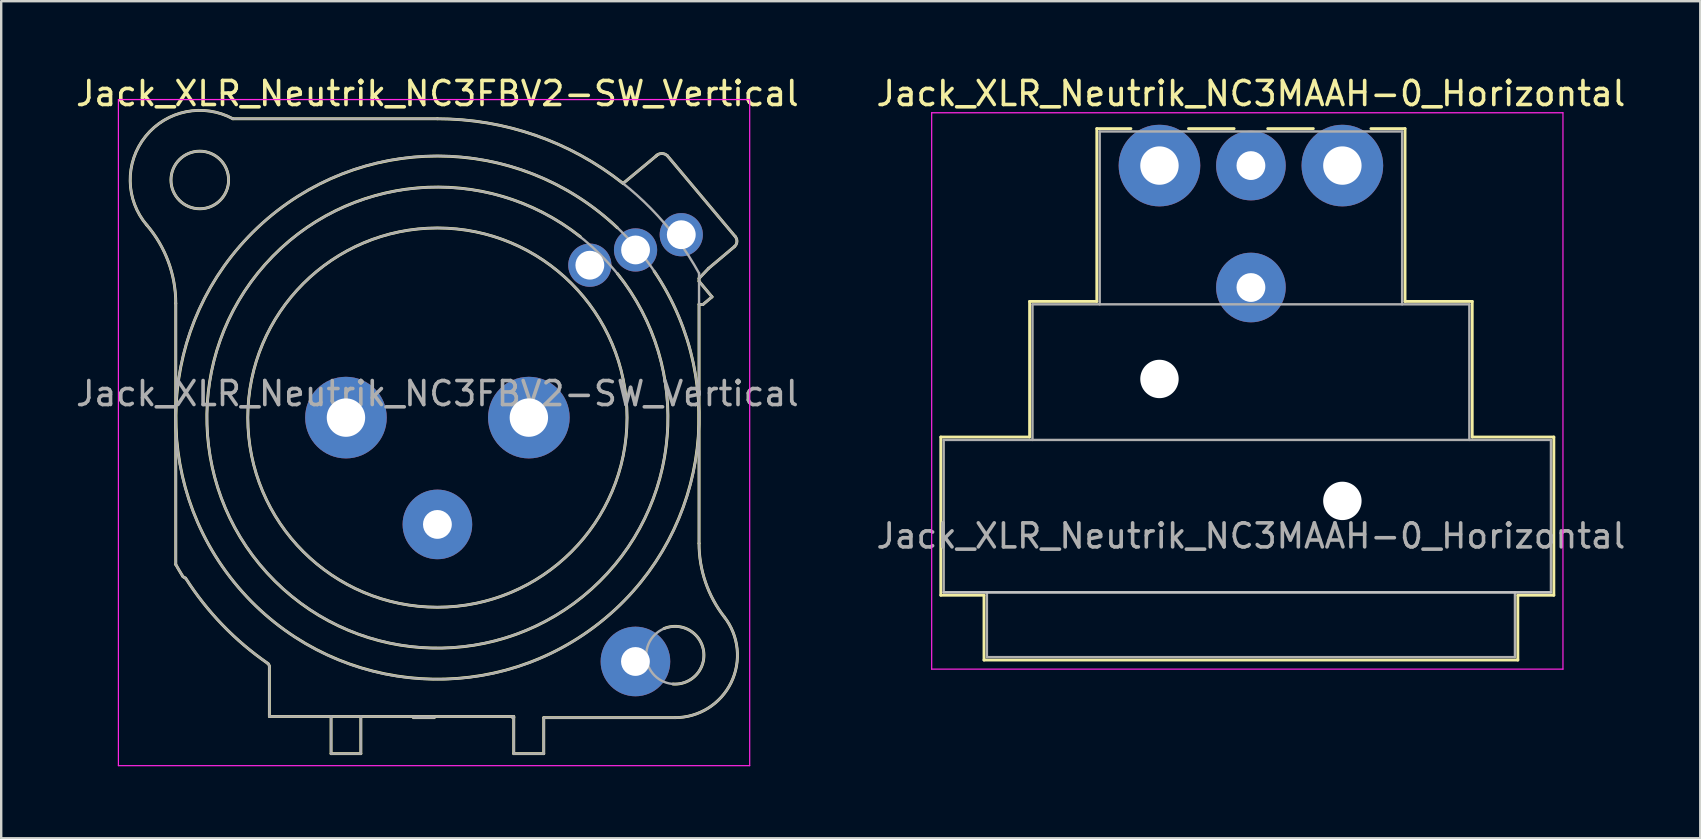
<source format=kicad_pcb>
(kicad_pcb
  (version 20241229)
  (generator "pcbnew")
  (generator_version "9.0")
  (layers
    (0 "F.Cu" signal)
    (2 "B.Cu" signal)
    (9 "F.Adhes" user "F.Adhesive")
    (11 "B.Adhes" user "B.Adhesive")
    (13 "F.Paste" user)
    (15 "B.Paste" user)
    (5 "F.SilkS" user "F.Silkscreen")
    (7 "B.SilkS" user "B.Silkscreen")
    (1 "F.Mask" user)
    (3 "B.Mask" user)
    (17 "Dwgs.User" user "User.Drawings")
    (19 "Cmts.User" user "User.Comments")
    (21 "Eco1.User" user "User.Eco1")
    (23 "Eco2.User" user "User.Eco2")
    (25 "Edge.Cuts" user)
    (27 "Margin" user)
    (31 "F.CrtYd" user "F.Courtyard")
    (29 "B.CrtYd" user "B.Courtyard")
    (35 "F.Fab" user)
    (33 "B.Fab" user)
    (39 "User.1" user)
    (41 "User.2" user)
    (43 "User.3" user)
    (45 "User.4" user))
  (footprint "Jack_XLR_Neutrik_NC3MAAH-0_Horizontal"
    (layer "F.Cu")
    (at 45.255 3.848)
    (property "Reference" "Jack_XLR_Neutrik_NC3MAAH-0_Horizontal" (at 3.81 -3 0) (layer "F.SilkS") (effects (font (size 1 1) (thickness 0.15))))
    (attr through_hole)
    (fp_line (start -9.11 11.31) (end -5.41 11.31) (stroke (width 0.12) (type solid)) (layer "F.SilkS"))
    (fp_line (start -9.11 17.9) (end -9.11 11.31) (stroke (width 0.12) (type solid)) (layer "F.SilkS"))
    (fp_line (start -7.31 17.9) (end -9.11 17.9) (stroke (width 0.12) (type solid)) (layer "F.SilkS"))
    (fp_line (start -7.31 17.9) (end -7.31 20.6) (stroke (width 0.12) (type solid)) (layer "F.SilkS"))
    (fp_line (start -5.41 11.31) (end -5.41 5.66) (stroke (width 0.12) (type solid)) (layer "F.SilkS"))
    (fp_line (start -2.61 5.66) (end -5.41 5.66) (stroke (width 0.12) (type solid)) (layer "F.SilkS"))
    (fp_line (start -2.61 5.66) (end -2.61 -1.54) (stroke (width 0.12) (type solid)) (layer "F.SilkS"))
    (fp_line (start -1.19 -1.54) (end -2.61 -1.54) (stroke (width 0.12) (type solid)) (layer "F.SilkS"))
    (fp_line (start 3.11 -1.54) (end 1.21 -1.54) (stroke (width 0.12) (type solid)) (layer "F.SilkS"))
    (fp_line (start 4.51 -1.54) (end 6.41 -1.54) (stroke (width 0.12) (type solid)) (layer "F.SilkS"))
    (fp_line (start 10.23 -1.54) (end 8.81 -1.54) (stroke (width 0.12) (type solid)) (layer "F.SilkS"))
    (fp_line (start 10.23 5.66) (end 10.23 -1.54) (stroke (width 0.12) (type solid)) (layer "F.SilkS"))
    (fp_line (start 10.23 5.66) (end 13.03 5.66) (stroke (width 0.12) (type solid)) (layer "F.SilkS"))
    (fp_line (start 13.03 11.31) (end 13.03 5.66) (stroke (width 0.12) (type solid)) (layer "F.SilkS"))
    (fp_line (start 13.03 11.31) (end 16.43 11.31) (stroke (width 0.12) (type solid)) (layer "F.SilkS"))
    (fp_line (start 14.93 17.9) (end 14.93 20.6) (stroke (width 0.12) (type solid)) (layer "F.SilkS"))
    (fp_line (start 14.93 20.6) (end -7.31 20.6) (stroke (width 0.12) (type solid)) (layer "F.SilkS"))
    (fp_line (start 16.43 17.9) (end 14.93 17.9) (stroke (width 0.12) (type solid)) (layer "F.SilkS"))
    (fp_line (start 16.43 17.9) (end 16.43 11.31) (stroke (width 0.12) (type solid)) (layer "F.SilkS"))
    (fp_line (start 16.31 17.78) (end -8.99 17.78) (stroke (width 0.1) (type solid)) (layer "Dwgs.User"))
    (fp_line (start -9.49 20.98) (end -9.49 -2.2) (stroke (width 0.05) (type solid)) (layer "F.CrtYd"))
    (fp_line (start 16.81 -2.2) (end -9.49 -2.2) (stroke (width 0.05) (type solid)) (layer "F.CrtYd"))
    (fp_line (start 16.81 20.98) (end -9.49 20.98) (stroke (width 0.05) (type solid)) (layer "F.CrtYd"))
    (fp_line (start 16.81 20.98) (end 16.81 -2.2) (stroke (width 0.05) (type solid)) (layer "F.CrtYd"))
    (fp_line (start -8.99 11.43) (end 16.31 11.43) (stroke (width 0.1) (type solid)) (layer "F.Fab"))
    (fp_line (start -8.99 17.78) (end -8.99 11.43) (stroke (width 0.1) (type solid)) (layer "F.Fab"))
    (fp_line (start -7.19 20.48) (end -7.19 17.78) (stroke (width 0.1) (type solid)) (layer "F.Fab"))
    (fp_line (start -5.29 5.78) (end -5.29 11.43) (stroke (width 0.1) (type solid)) (layer "F.Fab"))
    (fp_line (start -5.29 5.78) (end 12.91 5.78) (stroke (width 0.1) (type solid)) (layer "F.Fab"))
    (fp_line (start -2.49 5.78) (end -2.49 -1.42) (stroke (width 0.1) (type solid)) (layer "F.Fab"))
    (fp_line (start 10.11 -1.42) (end -2.49 -1.42) (stroke (width 0.1) (type solid)) (layer "F.Fab"))
    (fp_line (start 10.11 5.78) (end 10.11 -1.42) (stroke (width 0.1) (type solid)) (layer "F.Fab"))
    (fp_line (start 12.91 11.43) (end 12.91 5.78) (stroke (width 0.1) (type solid)) (layer "F.Fab"))
    (fp_line (start 14.81 17.78) (end 14.81 20.48) (stroke (width 0.1) (type solid)) (layer "F.Fab"))
    (fp_line (start 14.81 20.48) (end -7.19 20.48) (stroke (width 0.1) (type solid)) (layer "F.Fab"))
    (fp_line (start 16.31 11.43) (end 16.31 17.78) (stroke (width 0.1) (type solid)) (layer "F.Fab"))
    (fp_line (start 16.31 17.78) (end -8.99 17.78) (stroke (width 0.1) (type solid)) (layer "F.Fab"))
    (fp_text user "${REFERENCE}" (at 3.81 15.43 0) (layer "F.Fab") (effects (font (size 1 1) (thickness 0.15))))
    (pad "" np_thru_hole circle (at 0 8.89) (size 1.6 1.6) (drill 1.6) (layers "*.Cu" "*.Mask"))
    (pad "" np_thru_hole circle (at 7.62 13.97) (size 1.6 1.6) (drill 1.6) (layers "*.Cu" "*.Mask"))
    (pad "1" thru_hole circle (at 0 0) (size 3.4 3.4) (drill 1.6) (layers "*.Cu" "*.Mask"))
    (pad "2" thru_hole circle (at 7.62 0) (size 3.4 3.4) (drill 1.6) (layers "*.Cu" "*.Mask"))
    (pad "3" thru_hole circle (at 3.81 0) (size 2.9 2.9) (drill 1.2) (layers "*.Cu" "*.Mask"))
    (pad "G" thru_hole circle (at 3.81 5.08) (size 2.9 2.9) (drill 1.2) (layers "*.Cu" "*.Mask")))
  (footprint "Jack_XLR_Neutrik_NC3FBV2-SW_Vertical"
    (layer "F.Cu")
    (at 18.983 14.348)
    (property "Reference" "Jack_XLR_Neutrik_NC3FBV2-SW_Vertical" (at -3.81 -13.5 0) (layer "F.SilkS") (effects (font (size 1 1) (thickness 0.15))))
    (attr through_hole)
    (fp_line (start -14.71 -4.76) (end -14.71 6.12) (stroke (width 0.12) (type solid)) (layer "F.SilkS"))
    (fp_line (start -10.81 10.37) (end -10.81 12.45) (stroke (width 0.12) (type solid)) (layer "F.SilkS"))
    (fp_line (start -10.81 12.45) (end -0.63 12.45) (stroke (width 0.12) (type solid)) (layer "F.SilkS"))
    (fp_line (start -8.24 12.45) (end -8.24 14) (stroke (width 0.12) (type solid)) (layer "F.SilkS"))
    (fp_line (start -7 14) (end -8.24 14) (stroke (width 0.12) (type solid)) (layer "F.SilkS"))
    (fp_line (start -7 14) (end -7 12.45) (stroke (width 0.12) (type solid)) (layer "F.SilkS"))
    (fp_line (start -4.81 12.5) (end -3.94 12.5) (stroke (width 0.12) (type solid)) (layer "F.SilkS"))
    (fp_line (start -3.81 -12.45) (end -12.33 -12.45) (stroke (width 0.12) (type solid)) (layer "F.SilkS"))
    (fp_line (start -0.63 12.5) (end -0.675 12.5) (stroke (width 0.12) (type solid)) (layer "F.SilkS"))
    (fp_line (start -0.63 12.5) (end -0.63 12.45) (stroke (width 0.12) (type solid)) (layer "F.SilkS"))
    (fp_line (start -0.63 12.5) (end -0.63 14) (stroke (width 0.12) (type solid)) (layer "F.SilkS"))
    (fp_line (start 0.62 12.5) (end 6.09 12.5) (stroke (width 0.12) (type solid)) (layer "F.SilkS"))
    (fp_line (start 0.62 14) (end -0.63 14) (stroke (width 0.12) (type solid)) (layer "F.SilkS"))
    (fp_line (start 0.62 14) (end 0.62 12.5) (stroke (width 0.12) (type solid)) (layer "F.SilkS"))
    (fp_line (start 3.93 -9.76) (end 5.35 -10.94) (stroke (width 0.12) (type solid)) (layer "F.SilkS"))
    (fp_line (start 5.77 -10.91) (end 8.6 -7.54) (stroke (width 0.12) (type solid)) (layer "F.SilkS"))
    (fp_line (start 7.09 -5.68) (end 7.09 -5.8) (stroke (width 0.12) (type solid)) (layer "F.SilkS"))
    (fp_line (start 7.09 -5.68) (end 7.63 -5.03) (stroke (width 0.12) (type solid)) (layer "F.SilkS"))
    (fp_line (start 7.09 -4.72) (end 7.25 -4.71) (stroke (width 0.12) (type solid)) (layer "F.SilkS"))
    (fp_line (start 7.09 5.24) (end 7.09 -4.72) (stroke (width 0.12) (type solid)) (layer "F.SilkS"))
    (fp_line (start 7.49 -6.22) (end 7.09 -5.8) (stroke (width 0.12) (type solid)) (layer "F.SilkS"))
    (fp_line (start 7.63 -5.03) (end 7.25 -4.71) (stroke (width 0.12) (type solid)) (layer "F.SilkS"))
    (fp_line (start 8.56 -7.12) (end 7.49 -6.22) (stroke (width 0.12) (type solid)) (layer "F.SilkS"))
    (fp_arc (start -15.916051 -8.020379) (mid -15.021177 -6.498148) (end -14.71 -4.76) (stroke (width 0.12) (type solid)) (layer "F.SilkS"))
    (fp_arc (start -15.912179 -8.013918) (mid -15.965815 -11.721592) (end -12.33 -12.45) (stroke (width 0.12) (type solid)) (layer "F.SilkS"))
    (fp_arc (start -14.421158 6.608156) (mid -14.568348 6.365716) (end -14.71 6.12) (stroke (width 0.12) (type solid)) (layer "F.SilkS"))
    (fp_arc (start -14.305433 6.684771) (mid -14.369308 6.657486) (end -14.42 6.61) (stroke (width 0.12) (type solid)) (layer "F.SilkS"))
    (fp_arc (start -10.872947 10.242974) (mid -10.829902 10.300753) (end -10.81 10.37) (stroke (width 0.12) (type solid)) (layer "F.SilkS"))
    (fp_arc (start -10.869996 10.244641) (mid -12.763182 8.639256) (end -14.3 6.69) (stroke (width 0.12) (type solid)) (layer "F.SilkS"))
    (fp_arc (start -3.813831 -12.449537) (mid 0.28062 -11.758308) (end 3.92 -9.759) (stroke (width 0.12) (type solid)) (layer "F.SilkS"))
    (fp_arc (start 3.69 -6) (mid -10.58257 6.810455) (end 2.148069 -7.533353) (stroke (width 0.12) (type solid)) (layer "F.SilkS"))
    (fp_arc (start 5.22 -6.1) (mid -12.122241 7.046812) (end 3.685671 -7.909855) (stroke (width 0.12) (type solid)) (layer "F.SilkS"))
    (fp_arc (start 5.3 -10.9) (mid 5.532929 -11.00234) (end 5.77 -10.91) (stroke (width 0.12) (type solid)) (layer "F.SilkS"))
    (fp_arc (start 5.625402 8.789933) (mid 7.277854 9.707379) (end 6 11.1) (stroke (width 0.12) (type solid)) (layer "F.SilkS"))
    (fp_arc (start 8.141619 8.302858) (mid 8.42587 11.041804) (end 6.09 12.5) (stroke (width 0.12) (type solid)) (layer "F.SilkS"))
    (fp_arc (start 8.14247 8.305283) (mid 7.360446 6.860467) (end 7.09 5.24) (stroke (width 0.12) (type solid)) (layer "F.SilkS"))
    (fp_arc (start 8.6 -7.54) (mid 8.666985 -7.321716) (end 8.56 -7.12) (stroke (width 0.12) (type solid)) (layer "F.SilkS"))
    (fp_circle (center -13.71 -9.9) (end -12.51 -9.9) (stroke (width 0.12) (type solid)) (fill no) (layer "F.SilkS"))
    (fp_circle (center -3.81 0) (end 4.09 0) (stroke (width 0.12) (type solid)) (fill no) (layer "F.SilkS"))
    (fp_line (start -17.1 -13.25) (end 9.2 -13.25) (stroke (width 0.05) (type solid)) (layer "F.CrtYd"))
    (fp_line (start -17.1 14.5) (end -17.1 -13.25) (stroke (width 0.05) (type solid)) (layer "F.CrtYd"))
    (fp_line (start 9.2 -13.25) (end 9.2 14.5) (stroke (width 0.05) (type solid)) (layer "F.CrtYd"))
    (fp_line (start 9.2 14.5) (end -17.1 14.5) (stroke (width 0.05) (type solid)) (layer "F.CrtYd"))
    (fp_line (start -14.71 -4.76) (end -14.71 6.12) (stroke (width 0.1) (type solid)) (layer "F.Fab"))
    (fp_line (start -10.81 10.37) (end -10.81 12.45) (stroke (width 0.1) (type solid)) (layer "F.Fab"))
    (fp_line (start -10.81 12.45) (end -0.63 12.45) (stroke (width 0.1) (type solid)) (layer "F.Fab"))
    (fp_line (start -8.24 12.45) (end -8.24 14) (stroke (width 0.1) (type solid)) (layer "F.Fab"))
    (fp_line (start -7 14) (end -8.24 14) (stroke (width 0.1) (type solid)) (layer "F.Fab"))
    (fp_line (start -7 14) (end -7 12.45) (stroke (width 0.1) (type solid)) (layer "F.Fab"))
    (fp_line (start -4.81 12.5) (end -3.94 12.5) (stroke (width 0.1) (type solid)) (layer "F.Fab"))
    (fp_line (start -3.81 -12.45) (end -12.33 -12.45) (stroke (width 0.1) (type solid)) (layer "F.Fab"))
    (fp_line (start -0.63 12.5) (end -0.675 12.5) (stroke (width 0.1) (type solid)) (layer "F.Fab"))
    (fp_line (start -0.63 12.5) (end -0.63 12.45) (stroke (width 0.1) (type solid)) (layer "F.Fab"))
    (fp_line (start -0.63 12.5) (end -0.63 14) (stroke (width 0.1) (type solid)) (layer "F.Fab"))
    (fp_line (start 0.62 12.5) (end 6.09 12.5) (stroke (width 0.1) (type solid)) (layer "F.Fab"))
    (fp_line (start 0.62 14) (end -0.63 14) (stroke (width 0.1) (type solid)) (layer "F.Fab"))
    (fp_line (start 0.62 14) (end 0.62 12.5) (stroke (width 0.1) (type solid)) (layer "F.Fab"))
    (fp_line (start 3.93 -9.76) (end 5.3 -10.9) (stroke (width 0.1) (type solid)) (layer "F.Fab"))
    (fp_line (start 5.77 -10.91) (end 8.6 -7.54) (stroke (width 0.1) (type solid)) (layer "F.Fab"))
    (fp_line (start 7.09 -5.68) (end 7.63 -5.03) (stroke (width 0.1) (type solid)) (layer "F.Fab"))
    (fp_line (start 7.09 -4.72) (end 7.25 -4.71) (stroke (width 0.1) (type solid)) (layer "F.Fab"))
    (fp_line (start 7.09 5.24) (end 7.09 -6.015) (stroke (width 0.1) (type solid)) (layer "F.Fab"))
    (fp_line (start 7.49 -6.22) (end 7.09 -5.8) (stroke (width 0.1) (type solid)) (layer "F.Fab"))
    (fp_line (start 7.63 -5.03) (end 7.25 -4.71) (stroke (width 0.1) (type solid)) (layer "F.Fab"))
    (fp_line (start 8.56 -7.12) (end 7.49 -6.22) (stroke (width 0.1) (type solid)) (layer "F.Fab"))
    (fp_arc (start -15.916051 -8.020379) (mid -15.021177 -6.498148) (end -14.71 -4.76) (stroke (width 0.1) (type solid)) (layer "F.Fab"))
    (fp_arc (start -15.912179 -8.013918) (mid -15.965815 -11.721592) (end -12.33 -12.45) (stroke (width 0.1) (type solid)) (layer "F.Fab"))
    (fp_arc (start -14.421158 6.608156) (mid -14.568348 6.365716) (end -14.71 6.12) (stroke (width 0.1) (type solid)) (layer "F.Fab"))
    (fp_arc (start -14.305433 6.684771) (mid -14.369308 6.657486) (end -14.42 6.61) (stroke (width 0.1) (type solid)) (layer "F.Fab"))
    (fp_arc (start -10.872947 10.242974) (mid -10.829902 10.300753) (end -10.81 10.37) (stroke (width 0.1) (type solid)) (layer "F.Fab"))
    (fp_arc (start -10.869996 10.244641) (mid -12.763182 8.639256) (end -14.3 6.69) (stroke (width 0.1) (type solid)) (layer "F.Fab"))
    (fp_arc (start -3.808141 -12.449507) (mid 2.519562 -10.720395) (end 7.09 -6.015) (stroke (width 0.1) (type solid)) (layer "F.Fab"))
    (fp_arc (start 5.3 -10.9) (mid 5.532929 -11.00234) (end 5.77 -10.91) (stroke (width 0.1) (type solid)) (layer "F.Fab"))
    (fp_arc (start 8.141619 8.302858) (mid 8.42587 11.041804) (end 6.09 12.5) (stroke (width 0.1) (type solid)) (layer "F.Fab"))
    (fp_arc (start 8.14247 8.305283) (mid 7.360446 6.860467) (end 7.09 5.24) (stroke (width 0.1) (type solid)) (layer "F.Fab"))
    (fp_arc (start 8.6 -7.54) (mid 8.666985 -7.321716) (end 8.56 -7.12) (stroke (width 0.1) (type solid)) (layer "F.Fab"))
    (fp_circle (center -13.71 -9.9) (end -12.51 -9.9) (stroke (width 0.1) (type solid)) (fill no) (layer "F.Fab"))
    (fp_circle (center -3.81 0) (end 4.09 0) (stroke (width 0.1) (type solid)) (fill no) (layer "F.Fab"))
    (fp_circle (center -3.81 0) (end 5.79 0) (stroke (width 0.1) (type solid)) (fill no) (layer "F.Fab"))
    (fp_circle (center -3.81 0) (end 7.09 0) (stroke (width 0.1) (type solid)) (fill no) (layer "F.Fab"))
    (fp_circle (center 6.09 9.9) (end 7.29 9.9) (stroke (width 0.1) (type solid)) (fill no) (layer "F.Fab"))
    (fp_text user "${REFERENCE}" (at -3.81 -1 0) (layer "F.Fab") (effects (font (size 1 1) (thickness 0.15))))
    (pad "1" thru_hole circle (at 0 0) (size 3.4 3.4) (drill 1.6) (layers "*.Cu" "*.Mask"))
    (pad "2" thru_hole circle (at -7.62 0) (size 3.4 3.4) (drill 1.6) (layers "*.Cu" "*.Mask"))
    (pad "3" thru_hole circle (at -3.81 4.45) (size 2.9 2.9) (drill 1.2) (layers "*.Cu" "*.Mask"))
    (pad "G" thru_hole circle (at 4.44 10.16) (size 2.9 2.9) (drill 1.2) (layers "*.Cu" "*.Mask"))
    (pad "N" thru_hole circle (at 4.445 -6.985) (size 1.8 1.8) (drill 1.2) (layers "*.Cu" "*.Mask"))
    (pad "NC" thru_hole circle (at 2.54 -6.35) (size 1.8 1.8) (drill 1.2) (layers "*.Cu" "*.Mask"))
    (pad "NO" thru_hole circle (at 6.35 -7.62) (size 1.8 1.8) (drill 1.2) (layers "*.Cu" "*.Mask")))
  (gr_rect
    (start -3 -3)
    (end 67.786 31.873)
    (stroke (width 0.1) (type default))
    (fill no)
    (layer "Edge.Cuts")))
</source>
